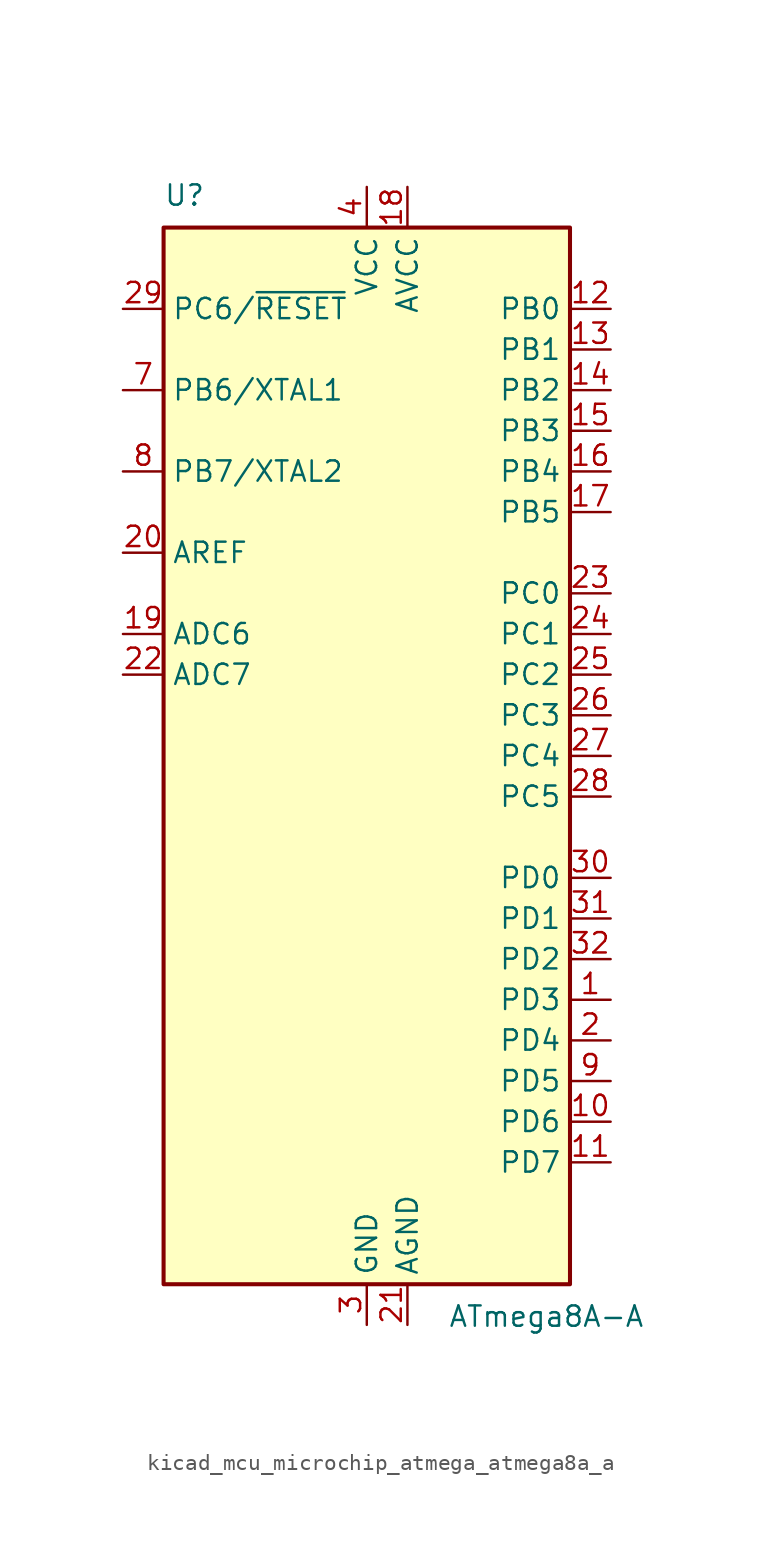
<source format=kicad_sym>
(kicad_symbol_lib
  (version 20220914)
  (generator kicad_symbol_editor)
  (symbol "kicad_mcu_microchip_atmega_atmega8a_a"
    (property "Reference" "U"
      (at -12.7 34.29 0)
      (effects (font (size 1.27 1.27)) (justify left bottom)))
    (property "Value" "ATmega8A-A"
      (at 5.08 -34.29 0)
      (effects (font (size 1.27 1.27)) (justify left top)))
    (symbol "kicad_mcu_microchip_atmega_atmega8a_a_0_1"
      (rectangle (start -12.7 -33.02) (end 12.7 33.02) (stroke (width 0.254) (type default)) (fill (type background))))
    (symbol "kicad_mcu_microchip_atmega_atmega8a_a_1_1"
      (pin bidirectional line (at 15.24 -15.24 180) (length 2.54) (name "PD3" (effects (font (size 1.27 1.27)))) (number "1" (effects (font (size 1.27 1.27)))))
      (pin bidirectional line (at 15.24 -22.86 180) (length 2.54) (name "PD6" (effects (font (size 1.27 1.27)))) (number "10" (effects (font (size 1.27 1.27)))))
      (pin bidirectional line (at 15.24 -25.4 180) (length 2.54) (name "PD7" (effects (font (size 1.27 1.27)))) (number "11" (effects (font (size 1.27 1.27)))))
      (pin bidirectional line (at 15.24 27.94 180) (length 2.54) (name "PB0" (effects (font (size 1.27 1.27)))) (number "12" (effects (font (size 1.27 1.27)))))
      (pin bidirectional line (at 15.24 25.4 180) (length 2.54) (name "PB1" (effects (font (size 1.27 1.27)))) (number "13" (effects (font (size 1.27 1.27)))))
      (pin bidirectional line (at 15.24 22.86 180) (length 2.54) (name "PB2" (effects (font (size 1.27 1.27)))) (number "14" (effects (font (size 1.27 1.27)))))
      (pin bidirectional line (at 15.24 20.32 180) (length 2.54) (name "PB3" (effects (font (size 1.27 1.27)))) (number "15" (effects (font (size 1.27 1.27)))))
      (pin bidirectional line (at 15.24 17.78 180) (length 2.54) (name "PB4" (effects (font (size 1.27 1.27)))) (number "16" (effects (font (size 1.27 1.27)))))
      (pin bidirectional line (at 15.24 15.24 180) (length 2.54) (name "PB5" (effects (font (size 1.27 1.27)))) (number "17" (effects (font (size 1.27 1.27)))))
      (pin power_in line (at 2.54 35.56 270) (length 2.54) (name "AVCC" (effects (font (size 1.27 1.27)))) (number "18" (effects (font (size 1.27 1.27)))))
      (pin input line (at -15.24 7.62 0) (length 2.54) (name "ADC6" (effects (font (size 1.27 1.27)))) (number "19" (effects (font (size 1.27 1.27)))))
      (pin bidirectional line (at 15.24 -17.78 180) (length 2.54) (name "PD4" (effects (font (size 1.27 1.27)))) (number "2" (effects (font (size 1.27 1.27)))))
      (pin passive line (at -15.24 12.7 0) (length 2.54) (name "AREF" (effects (font (size 1.27 1.27)))) (number "20" (effects (font (size 1.27 1.27)))))
      (pin power_in line (at 2.54 -35.56 90) (length 2.54) (name "AGND" (effects (font (size 1.27 1.27)))) (number "21" (effects (font (size 1.27 1.27)))))
      (pin input line (at -15.24 5.08 0) (length 2.54) (name "ADC7" (effects (font (size 1.27 1.27)))) (number "22" (effects (font (size 1.27 1.27)))))
      (pin bidirectional line (at 15.24 10.16 180) (length 2.54) (name "PC0" (effects (font (size 1.27 1.27)))) (number "23" (effects (font (size 1.27 1.27)))))
      (pin bidirectional line (at 15.24 7.62 180) (length 2.54) (name "PC1" (effects (font (size 1.27 1.27)))) (number "24" (effects (font (size 1.27 1.27)))))
      (pin bidirectional line (at 15.24 5.08 180) (length 2.54) (name "PC2" (effects (font (size 1.27 1.27)))) (number "25" (effects (font (size 1.27 1.27)))))
      (pin bidirectional line (at 15.24 2.54 180) (length 2.54) (name "PC3" (effects (font (size 1.27 1.27)))) (number "26" (effects (font (size 1.27 1.27)))))
      (pin bidirectional line (at 15.24 0 180) (length 2.54) (name "PC4" (effects (font (size 1.27 1.27)))) (number "27" (effects (font (size 1.27 1.27)))))
      (pin bidirectional line (at 15.24 -2.54 180) (length 2.54) (name "PC5" (effects (font (size 1.27 1.27)))) (number "28" (effects (font (size 1.27 1.27)))))
      (pin bidirectional line (at -15.24 27.94 0) (length 2.54) (name "PC6/~{RESET}" (effects (font (size 1.27 1.27)))) (number "29" (effects (font (size 1.27 1.27)))))
      (pin power_in line (at 0 -35.56 90) (length 2.54) (name "GND" (effects (font (size 1.27 1.27)))) (number "3" (effects (font (size 1.27 1.27)))))
      (pin bidirectional line (at 15.24 -7.62 180) (length 2.54) (name "PD0" (effects (font (size 1.27 1.27)))) (number "30" (effects (font (size 1.27 1.27)))))
      (pin bidirectional line (at 15.24 -10.16 180) (length 2.54) (name "PD1" (effects (font (size 1.27 1.27)))) (number "31" (effects (font (size 1.27 1.27)))))
      (pin bidirectional line (at 15.24 -12.7 180) (length 2.54) (name "PD2" (effects (font (size 1.27 1.27)))) (number "32" (effects (font (size 1.27 1.27)))))
      (pin power_in line (at 0 35.56 270) (length 2.54) (name "VCC" (effects (font (size 1.27 1.27)))) (number "4" (effects (font (size 1.27 1.27)))))
      (pin passive line (at 0 -35.56 90) (length 2.54) hide (name "GND" (effects (font (size 1.27 1.27)))) (number "5" (effects (font (size 1.27 1.27)))))
      (pin passive line (at 0 35.56 270) (length 2.54) hide (name "VCC" (effects (font (size 1.27 1.27)))) (number "6" (effects (font (size 1.27 1.27)))))
      (pin bidirectional line (at -15.24 22.86 0) (length 2.54) (name "PB6/XTAL1" (effects (font (size 1.27 1.27)))) (number "7" (effects (font (size 1.27 1.27)))))
      (pin bidirectional line (at -15.24 17.78 0) (length 2.54) (name "PB7/XTAL2" (effects (font (size 1.27 1.27)))) (number "8" (effects (font (size 1.27 1.27)))))
      (pin bidirectional line (at 15.24 -20.32 180) (length 2.54) (name "PD5" (effects (font (size 1.27 1.27)))) (number "9" (effects (font (size 1.27 1.27))))))))
</source>
